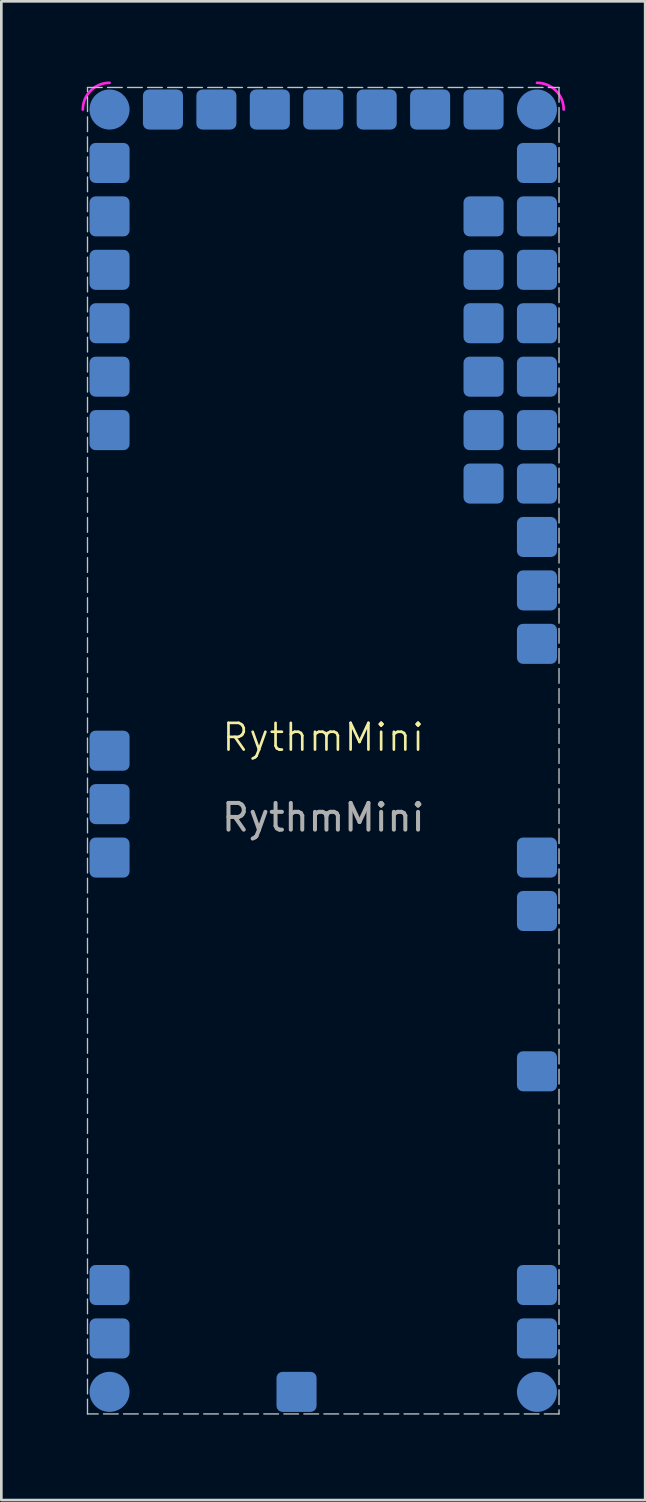
<source format=kicad_pcb>
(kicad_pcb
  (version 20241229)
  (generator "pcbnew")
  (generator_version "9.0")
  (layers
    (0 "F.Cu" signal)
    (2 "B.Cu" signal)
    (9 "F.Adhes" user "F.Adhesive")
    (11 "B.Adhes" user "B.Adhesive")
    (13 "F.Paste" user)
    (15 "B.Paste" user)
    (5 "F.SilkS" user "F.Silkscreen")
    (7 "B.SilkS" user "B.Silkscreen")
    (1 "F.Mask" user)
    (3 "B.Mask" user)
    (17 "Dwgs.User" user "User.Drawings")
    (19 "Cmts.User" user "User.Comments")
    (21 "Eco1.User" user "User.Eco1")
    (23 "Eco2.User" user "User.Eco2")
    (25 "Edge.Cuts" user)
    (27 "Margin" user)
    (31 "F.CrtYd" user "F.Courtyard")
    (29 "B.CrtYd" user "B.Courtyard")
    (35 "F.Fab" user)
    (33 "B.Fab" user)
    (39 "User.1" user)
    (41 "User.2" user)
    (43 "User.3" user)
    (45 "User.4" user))
  (footprint "RythmMini"
    (layer "F.Cu")
    (at 9.05 25.05)
    (property "Reference" "RythmMini" (at 0 -0.5 0) (unlocked yes) (layer "F.SilkS") (effects (font (size 1 1) (thickness 0.1))))
    (attr smd)
    (fp_rect (start -8.825 -24.825) (end 8.825 24.825) (stroke (width 0.05) (type dash)) (fill no) (layer "Dwgs.User"))
    (fp_line (start -9 -24) (end -9 24) (stroke (width 0.1) (type default)) (layer "Margin"))
    (fp_line (start -8 25) (end 8 25) (stroke (width 0.1) (type default)) (layer "Margin"))
    (fp_line (start 8 -25) (end -8 -25) (stroke (width 0.1) (type default)) (layer "Margin"))
    (fp_line (start 9 24) (end 9 -24) (stroke (width 0.1) (type default)) (layer "Margin"))
    (fp_arc (start -8 25) (mid -8.707107 24.707107) (end -9 24) (stroke (width 0.1) (type solid)) (layer "Margin"))
    (fp_arc (start 9 24) (mid 8.707107 24.707107) (end 8 25) (stroke (width 0.1) (type solid)) (layer "Margin"))
    (fp_arc (start -9 -24) (mid -8.707107 -24.707107) (end -8 -25) (stroke (width 0.1) (type solid)) (layer "F.CrtYd"))
    (fp_arc (start 8 -25) (mid 8.707107 -24.707107) (end 9 -24) (stroke (width 0.1) (type solid)) (layer "F.CrtYd"))
    (fp_text user "${REFERENCE}" (at 0 2.5 0) (unlocked yes) (layer "F.Fab") (effects (font (size 1 1) (thickness 0.15))))
    (pad "3v3" smd roundrect (at -1 24) (size 1.5 1.5) (layers "B.Cu" "B.Mask" "B.Paste") (roundrect_rratio 0.15))
    (pad "A1" smd circle (at -8 -24) (size 1.5 1.5) (layers "B.Cu" "B.Mask" "B.Paste"))
    (pad "A3" smd roundrect (at -4 -24) (size 1.5 1.5) (layers "B.Cu" "B.Mask" "B.Paste") (roundrect_rratio 0.15))
    (pad "A4" smd roundrect (at -2 -24) (size 1.5 1.5) (layers "B.Cu" "B.Mask" "B.Paste") (roundrect_rratio 0.15))
    (pad "A5" smd roundrect (at 0 -24) (size 1.5 1.5) (layers "B.Cu" "B.Mask" "B.Paste") (roundrect_rratio 0.15))
    (pad "A6" smd roundrect (at 2 -24) (size 1.5 1.5) (layers "B.Cu" "B.Mask" "B.Paste") (roundrect_rratio 0.15))
    (pad "A7" smd roundrect (at 4 -24) (size 1.5 1.5) (layers "B.Cu" "B.Mask" "B.Paste") (roundrect_rratio 0.15))
    (pad "A8" smd roundrect (at 6 -24) (size 1.5 1.5) (layers "B.Cu" "B.Mask" "B.Paste") (roundrect_rratio 0.15))
    (pad "A9" smd circle (at 8 -24) (size 1.5 1.5) (layers "B.Cu" "B.Mask" "B.Paste"))
    (pad "B9" smd roundrect (at 8 -22 90) (size 1.5 1.5) (layers "B.Cu" "B.Mask" "B.Paste") (roundrect_rratio 0.15))
    (pad "C8" smd roundrect (at 6 -20) (size 1.5 1.5) (layers "B.Cu" "B.Mask" "B.Paste") (roundrect_rratio 0.15))
    (pad "C9" smd roundrect (at 8 -20 90) (size 1.5 1.5) (layers "B.Cu" "B.Mask" "B.Paste") (roundrect_rratio 0.15))
    (pad "D1" smd roundrect (at -8 -18) (size 1.5 1.5) (layers "B.Cu" "B.Mask" "B.Paste") (roundrect_rratio 0.15))
    (pad "D8" smd roundrect (at 6 -18) (size 1.5 1.5) (layers "B.Cu" "B.Mask" "B.Paste") (roundrect_rratio 0.15))
    (pad "D9" smd roundrect (at 8 -18 90) (size 1.5 1.5) (layers "B.Cu" "B.Mask" "B.Paste") (roundrect_rratio 0.15))
    (pad "E1" smd roundrect (at -8 -16) (size 1.5 1.5) (layers "B.Cu" "B.Mask" "B.Paste") (roundrect_rratio 0.15))
    (pad "E8" smd roundrect (at 6 -16) (size 1.5 1.5) (layers "B.Cu" "B.Mask" "B.Paste") (roundrect_rratio 0.15))
    (pad "E9" smd roundrect (at 8 -16 90) (size 1.5 1.5) (layers "B.Cu" "B.Mask" "B.Paste") (roundrect_rratio 0.15))
    (pad "F1" smd roundrect (at -8 -14) (size 1.5 1.5) (layers "B.Cu" "B.Mask" "B.Paste") (roundrect_rratio 0.15))
    (pad "F8" smd roundrect (at 6 -14) (size 1.5 1.5) (layers "B.Cu" "B.Mask" "B.Paste") (roundrect_rratio 0.15))
    (pad "F9" smd roundrect (at 8 -14) (size 1.5 1.5) (layers "B.Cu" "B.Mask" "B.Paste") (roundrect_rratio 0.15))
    (pad "G1" smd roundrect (at -8 -12) (size 1.5 1.5) (layers "B.Cu" "B.Mask" "B.Paste") (roundrect_rratio 0.15))
    (pad "G8" smd roundrect (at 6 -12) (size 1.5 1.5) (layers "B.Cu" "B.Mask" "B.Paste") (roundrect_rratio 0.15))
    (pad "G9" smd roundrect (at 8 -12) (size 1.5 1.5) (layers "B.Cu" "B.Mask" "B.Paste") (roundrect_rratio 0.15))
    (pad "GND" smd roundrect (at -6 -24) (size 1.5 1.5) (layers "B.Cu" "B.Mask" "B.Paste") (roundrect_rratio 0.15))
    (pad "H8" smd roundrect (at 6 -10) (size 1.5 1.5) (layers "B.Cu" "B.Mask" "B.Paste") (roundrect_rratio 0.15))
    (pad "H9" smd roundrect (at 8 -10) (size 1.5 1.5) (layers "B.Cu" "B.Mask" "B.Paste") (roundrect_rratio 0.15))
    (pad "I9" smd roundrect (at 8 -8) (size 1.5 1.5) (layers "B.Cu" "B.Mask" "B.Paste") (roundrect_rratio 0.15))
    (pad "J9" smd roundrect (at 8 -6) (size 1.5 1.5) (layers "B.Cu" "B.Mask" "B.Paste") (roundrect_rratio 0.15))
    (pad "K9" smd roundrect (at 8 -4) (size 1.5 1.5) (layers "B.Cu" "B.Mask" "B.Paste") (roundrect_rratio 0.15))
    (pad "M1" smd roundrect (at -8 0) (size 1.5 1.5) (layers "B.Cu" "B.Mask" "B.Paste") (roundrect_rratio 0.15))
    (pad "MIDI_IN_SINK" smd roundrect (at 8 20) (size 1.5 1.5) (layers "B.Cu" "B.Mask" "B.Paste") (roundrect_rratio 0.15))
    (pad "MIDI_IN_SOURCE" smd roundrect (at 8 22) (size 1.5 1.5) (layers "B.Cu" "B.Mask" "B.Paste") (roundrect_rratio 0.15))
    (pad "MIDI_OUT_SINK" smd roundrect (at -8 20) (size 1.5 1.5) (layers "B.Cu" "B.Mask" "B.Paste") (roundrect_rratio 0.15))
    (pad "MIDI_OUT_SOURCE" smd roundrect (at -8 22) (size 1.5 1.5) (layers "B.Cu" "B.Mask" "B.Paste") (roundrect_rratio 0.15))
    (pad "N1" smd roundrect (at -8 2) (size 1.5 1.5) (layers "B.Cu" "B.Mask" "B.Paste") (roundrect_rratio 0.15))
    (pad "O1" smd roundrect (at -8 4) (size 1.5 1.5) (layers "B.Cu" "B.Mask" "B.Paste") (roundrect_rratio 0.15))
    (pad "O9" smd roundrect (at 8 4) (size 1.5 1.5) (layers "B.Cu" "B.Mask" "B.Paste") (roundrect_rratio 0.15))
    (pad "P9" smd roundrect (at 8 6) (size 1.5 1.5) (layers "B.Cu" "B.Mask" "B.Paste") (roundrect_rratio 0.15))
    (pad "PB13" smd roundrect (at 8 12) (size 1.5 1.5) (layers "B.Cu" "B.Mask" "B.Paste") (roundrect_rratio 0.15))
    (pad "SCL" smd roundrect (at -8 -22 90) (size 1.5 1.5) (layers "B.Cu" "B.Mask" "B.Paste") (roundrect_rratio 0.15))
    (pad "SDA" smd roundrect (at -8 -20 90) (size 1.5 1.5) (layers "B.Cu" "B.Mask" "B.Paste") (roundrect_rratio 0.15))
    (pad "Y1" smd circle (at -8 24) (size 1.5 1.5) (layers "B.Cu" "B.Mask" "B.Paste"))
    (pad "Y9" smd circle (at 8 24) (size 1.5 1.5) (layers "B.Cu" "B.Mask" "B.Paste")))
  (gr_rect
    (start -3 -3)
    (end 21.1 53.1)
    (stroke (width 0.1) (type default))
    (fill no)
    (layer "Edge.Cuts")))
</source>
